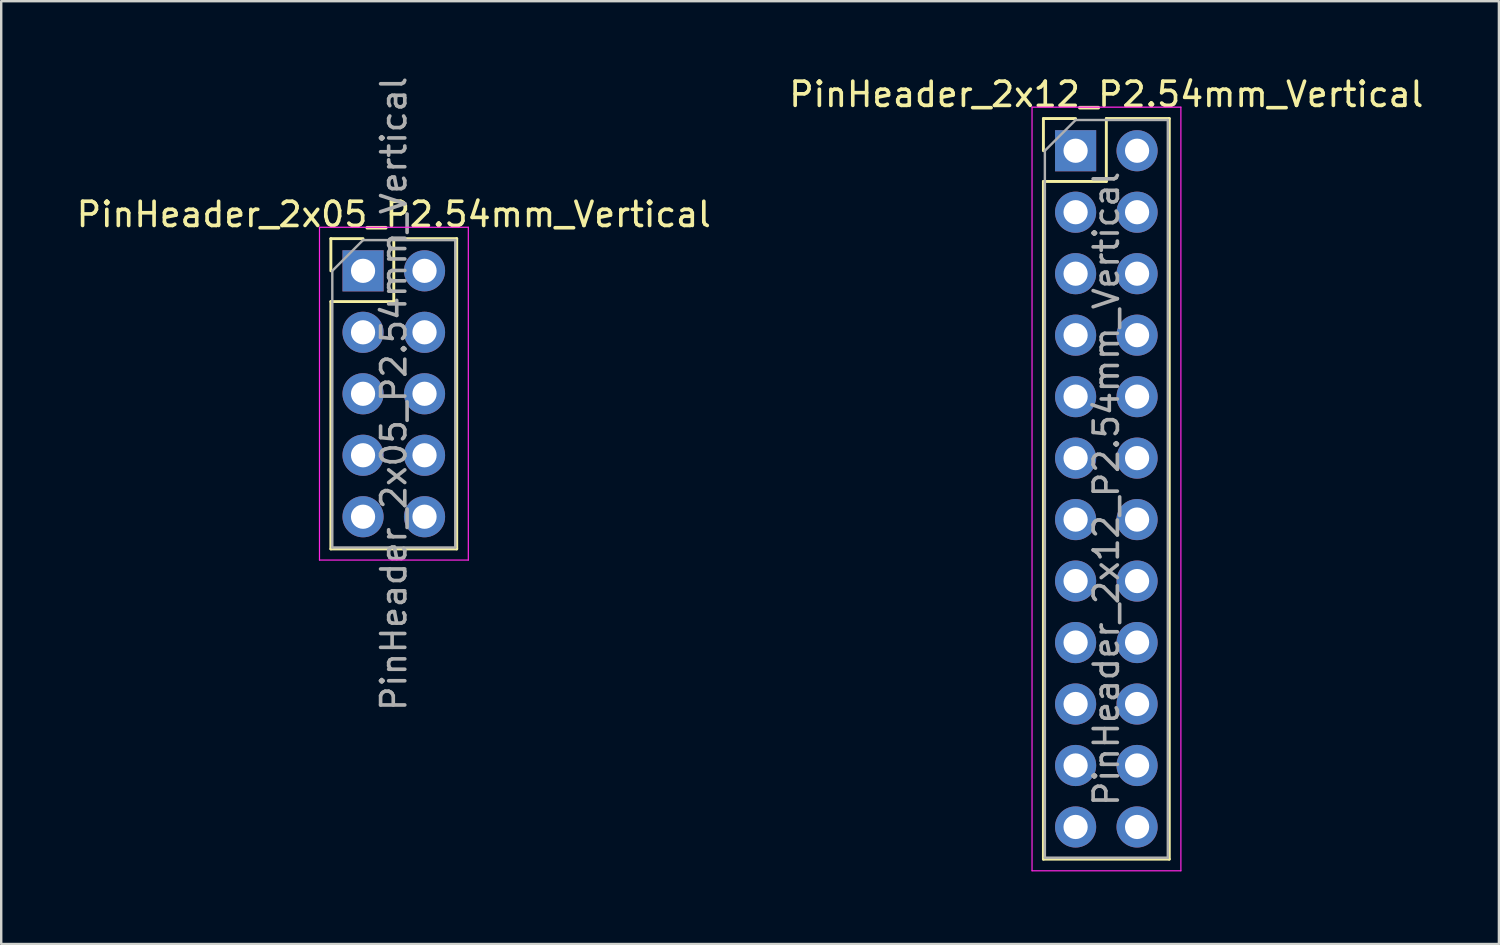
<source format=kicad_pcb>
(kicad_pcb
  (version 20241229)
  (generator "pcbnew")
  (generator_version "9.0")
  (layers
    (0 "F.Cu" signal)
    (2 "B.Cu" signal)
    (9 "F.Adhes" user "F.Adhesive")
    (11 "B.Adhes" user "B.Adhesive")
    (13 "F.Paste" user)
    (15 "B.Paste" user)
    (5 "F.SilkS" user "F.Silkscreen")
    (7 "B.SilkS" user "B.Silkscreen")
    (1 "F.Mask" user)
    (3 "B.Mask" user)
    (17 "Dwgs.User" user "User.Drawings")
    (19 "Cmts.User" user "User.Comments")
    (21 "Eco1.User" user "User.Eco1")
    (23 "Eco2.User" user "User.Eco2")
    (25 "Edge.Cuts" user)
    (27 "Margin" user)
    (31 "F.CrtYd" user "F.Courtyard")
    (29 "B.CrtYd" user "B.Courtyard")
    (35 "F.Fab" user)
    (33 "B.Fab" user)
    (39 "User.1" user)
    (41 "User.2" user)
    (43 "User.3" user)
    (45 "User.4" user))
  (footprint "PinHeader_2x12_P2.54mm_Vertical"
    (layer "F.Cu")
    (at 42.661 17.148)
    (property "Reference" "PinHeader_2x12_P2.54mm_Vertical" (at 0 -16.3 0) (layer "F.SilkS") (effects (font (size 1 1) (thickness 0.15))))
    (attr through_hole)
    (fp_line (start -2.6 -15.3) (end -1.27 -15.3) (stroke (width 0.12) (type solid)) (layer "F.SilkS"))
    (fp_line (start -2.6 -13.97) (end -2.6 -15.3) (stroke (width 0.12) (type solid)) (layer "F.SilkS"))
    (fp_line (start -2.6 -12.7) (end -2.6 15.3) (stroke (width 0.12) (type solid)) (layer "F.SilkS"))
    (fp_line (start -2.6 -12.7) (end 0 -12.7) (stroke (width 0.12) (type solid)) (layer "F.SilkS"))
    (fp_line (start -2.6 15.3) (end 2.6 15.3) (stroke (width 0.12) (type solid)) (layer "F.SilkS"))
    (fp_line (start 0 -15.3) (end 2.6 -15.3) (stroke (width 0.12) (type solid)) (layer "F.SilkS"))
    (fp_line (start 0 -12.7) (end 0 -15.3) (stroke (width 0.12) (type solid)) (layer "F.SilkS"))
    (fp_line (start 2.6 -15.3) (end 2.6 15.3) (stroke (width 0.12) (type solid)) (layer "F.SilkS"))
    (fp_line (start -3.07 -15.77) (end -3.07 15.78) (stroke (width 0.05) (type solid)) (layer "F.CrtYd"))
    (fp_line (start -3.07 15.78) (end 3.08 15.78) (stroke (width 0.05) (type solid)) (layer "F.CrtYd"))
    (fp_line (start 3.08 -15.77) (end -3.07 -15.77) (stroke (width 0.05) (type solid)) (layer "F.CrtYd"))
    (fp_line (start 3.08 15.78) (end 3.08 -15.77) (stroke (width 0.05) (type solid)) (layer "F.CrtYd"))
    (fp_line (start -2.54 -13.97) (end -1.27 -15.24) (stroke (width 0.1) (type solid)) (layer "F.Fab"))
    (fp_line (start -2.54 15.24) (end -2.54 -13.97) (stroke (width 0.1) (type solid)) (layer "F.Fab"))
    (fp_line (start -1.27 -15.24) (end 2.54 -15.24) (stroke (width 0.1) (type solid)) (layer "F.Fab"))
    (fp_line (start 2.54 -15.24) (end 2.54 15.24) (stroke (width 0.1) (type solid)) (layer "F.Fab"))
    (fp_line (start 2.54 15.24) (end -2.54 15.24) (stroke (width 0.1) (type solid)) (layer "F.Fab"))
    (fp_text user "${REFERENCE}" (at 0 0 90) (layer "F.Fab") (effects (font (size 1 1) (thickness 0.15))))
    (pad "1" thru_hole rect (at -1.27 -13.97) (size 1.7 1.7) (drill 1) (layers "*.Cu" "*.Mask"))
    (pad "2" thru_hole oval (at 1.27 -13.97) (size 1.7 1.7) (drill 1) (layers "*.Cu" "*.Mask"))
    (pad "3" thru_hole oval (at -1.27 -11.43) (size 1.7 1.7) (drill 1) (layers "*.Cu" "*.Mask"))
    (pad "4" thru_hole oval (at 1.27 -11.43) (size 1.7 1.7) (drill 1) (layers "*.Cu" "*.Mask"))
    (pad "5" thru_hole oval (at -1.27 -8.89) (size 1.7 1.7) (drill 1) (layers "*.Cu" "*.Mask"))
    (pad "6" thru_hole oval (at 1.27 -8.89) (size 1.7 1.7) (drill 1) (layers "*.Cu" "*.Mask"))
    (pad "7" thru_hole oval (at -1.27 -6.35) (size 1.7 1.7) (drill 1) (layers "*.Cu" "*.Mask"))
    (pad "8" thru_hole oval (at 1.27 -6.35) (size 1.7 1.7) (drill 1) (layers "*.Cu" "*.Mask"))
    (pad "9" thru_hole oval (at -1.27 -3.81) (size 1.7 1.7) (drill 1) (layers "*.Cu" "*.Mask"))
    (pad "10" thru_hole oval (at 1.27 -3.81) (size 1.7 1.7) (drill 1) (layers "*.Cu" "*.Mask"))
    (pad "11" thru_hole oval (at -1.27 -1.27) (size 1.7 1.7) (drill 1) (layers "*.Cu" "*.Mask"))
    (pad "12" thru_hole oval (at 1.27 -1.27) (size 1.7 1.7) (drill 1) (layers "*.Cu" "*.Mask"))
    (pad "13" thru_hole oval (at -1.27 1.27) (size 1.7 1.7) (drill 1) (layers "*.Cu" "*.Mask"))
    (pad "14" thru_hole oval (at 1.27 1.27) (size 1.7 1.7) (drill 1) (layers "*.Cu" "*.Mask"))
    (pad "15" thru_hole oval (at -1.27 3.81) (size 1.7 1.7) (drill 1) (layers "*.Cu" "*.Mask"))
    (pad "16" thru_hole oval (at 1.27 3.81) (size 1.7 1.7) (drill 1) (layers "*.Cu" "*.Mask"))
    (pad "17" thru_hole oval (at -1.27 6.35) (size 1.7 1.7) (drill 1) (layers "*.Cu" "*.Mask"))
    (pad "18" thru_hole oval (at 1.27 6.35) (size 1.7 1.7) (drill 1) (layers "*.Cu" "*.Mask"))
    (pad "19" thru_hole oval (at -1.27 8.89) (size 1.7 1.7) (drill 1) (layers "*.Cu" "*.Mask"))
    (pad "20" thru_hole oval (at 1.27 8.89) (size 1.7 1.7) (drill 1) (layers "*.Cu" "*.Mask"))
    (pad "21" thru_hole oval (at -1.27 11.43) (size 1.7 1.7) (drill 1) (layers "*.Cu" "*.Mask"))
    (pad "22" thru_hole oval (at 1.27 11.43) (size 1.7 1.7) (drill 1) (layers "*.Cu" "*.Mask"))
    (pad "23" thru_hole oval (at -1.27 13.97) (size 1.7 1.7) (drill 1) (layers "*.Cu" "*.Mask"))
    (pad "24" thru_hole oval (at 1.27 13.97) (size 1.7 1.7) (drill 1) (layers "*.Cu" "*.Mask")))
  (footprint "PinHeader_2x05_P2.54mm_Vertical"
    (layer "F.Cu")
    (at 13.22 13.22)
    (property "Reference" "PinHeader_2x05_P2.54mm_Vertical" (at 0 -7.41 0) (layer "F.SilkS") (effects (font (size 1 1) (thickness 0.15))))
    (attr through_hole)
    (fp_line (start -2.6 -6.41) (end -1.27 -6.41) (stroke (width 0.12) (type solid)) (layer "F.SilkS"))
    (fp_line (start -2.6 -5.08) (end -2.6 -6.41) (stroke (width 0.12) (type solid)) (layer "F.SilkS"))
    (fp_line (start -2.6 -3.81) (end -2.6 6.41) (stroke (width 0.12) (type solid)) (layer "F.SilkS"))
    (fp_line (start -2.6 -3.81) (end 0 -3.81) (stroke (width 0.12) (type solid)) (layer "F.SilkS"))
    (fp_line (start -2.6 6.41) (end 2.6 6.41) (stroke (width 0.12) (type solid)) (layer "F.SilkS"))
    (fp_line (start 0 -6.41) (end 2.6 -6.41) (stroke (width 0.12) (type solid)) (layer "F.SilkS"))
    (fp_line (start 0 -3.81) (end 0 -6.41) (stroke (width 0.12) (type solid)) (layer "F.SilkS"))
    (fp_line (start 2.6 -6.41) (end 2.6 6.41) (stroke (width 0.12) (type solid)) (layer "F.SilkS"))
    (fp_line (start -3.07 -6.88) (end -3.07 6.87) (stroke (width 0.05) (type solid)) (layer "F.CrtYd"))
    (fp_line (start -3.07 6.87) (end 3.08 6.87) (stroke (width 0.05) (type solid)) (layer "F.CrtYd"))
    (fp_line (start 3.08 -6.88) (end -3.07 -6.88) (stroke (width 0.05) (type solid)) (layer "F.CrtYd"))
    (fp_line (start 3.08 6.87) (end 3.08 -6.88) (stroke (width 0.05) (type solid)) (layer "F.CrtYd"))
    (fp_line (start -2.54 -5.08) (end -1.27 -6.35) (stroke (width 0.1) (type solid)) (layer "F.Fab"))
    (fp_line (start -2.54 6.35) (end -2.54 -5.08) (stroke (width 0.1) (type solid)) (layer "F.Fab"))
    (fp_line (start -1.27 -6.35) (end 2.54 -6.35) (stroke (width 0.1) (type solid)) (layer "F.Fab"))
    (fp_line (start 2.54 -6.35) (end 2.54 6.35) (stroke (width 0.1) (type solid)) (layer "F.Fab"))
    (fp_line (start 2.54 6.35) (end -2.54 6.35) (stroke (width 0.1) (type solid)) (layer "F.Fab"))
    (fp_text user "${REFERENCE}" (at 0 0 90) (layer "F.Fab") (effects (font (size 1 1) (thickness 0.15))))
    (pad "1" thru_hole rect (at -1.27 -5.08) (size 1.7 1.7) (drill 1) (layers "*.Cu" "*.Mask"))
    (pad "2" thru_hole oval (at 1.27 -5.08) (size 1.7 1.7) (drill 1) (layers "*.Cu" "*.Mask"))
    (pad "3" thru_hole oval (at -1.27 -2.54) (size 1.7 1.7) (drill 1) (layers "*.Cu" "*.Mask"))
    (pad "4" thru_hole oval (at 1.27 -2.54) (size 1.7 1.7) (drill 1) (layers "*.Cu" "*.Mask"))
    (pad "5" thru_hole oval (at -1.27 0) (size 1.7 1.7) (drill 1) (layers "*.Cu" "*.Mask"))
    (pad "6" thru_hole oval (at 1.27 0) (size 1.7 1.7) (drill 1) (layers "*.Cu" "*.Mask"))
    (pad "7" thru_hole oval (at -1.27 2.54) (size 1.7 1.7) (drill 1) (layers "*.Cu" "*.Mask"))
    (pad "8" thru_hole oval (at 1.27 2.54) (size 1.7 1.7) (drill 1) (layers "*.Cu" "*.Mask"))
    (pad "9" thru_hole oval (at -1.27 5.08) (size 1.7 1.7) (drill 1) (layers "*.Cu" "*.Mask"))
    (pad "10" thru_hole oval (at 1.27 5.08) (size 1.7 1.7) (drill 1) (layers "*.Cu" "*.Mask")))
  (gr_rect
    (start -3 -3)
    (end 58.881 35.953)
    (stroke (width 0.1) (type default))
    (fill no)
    (layer "Edge.Cuts")))
</source>
